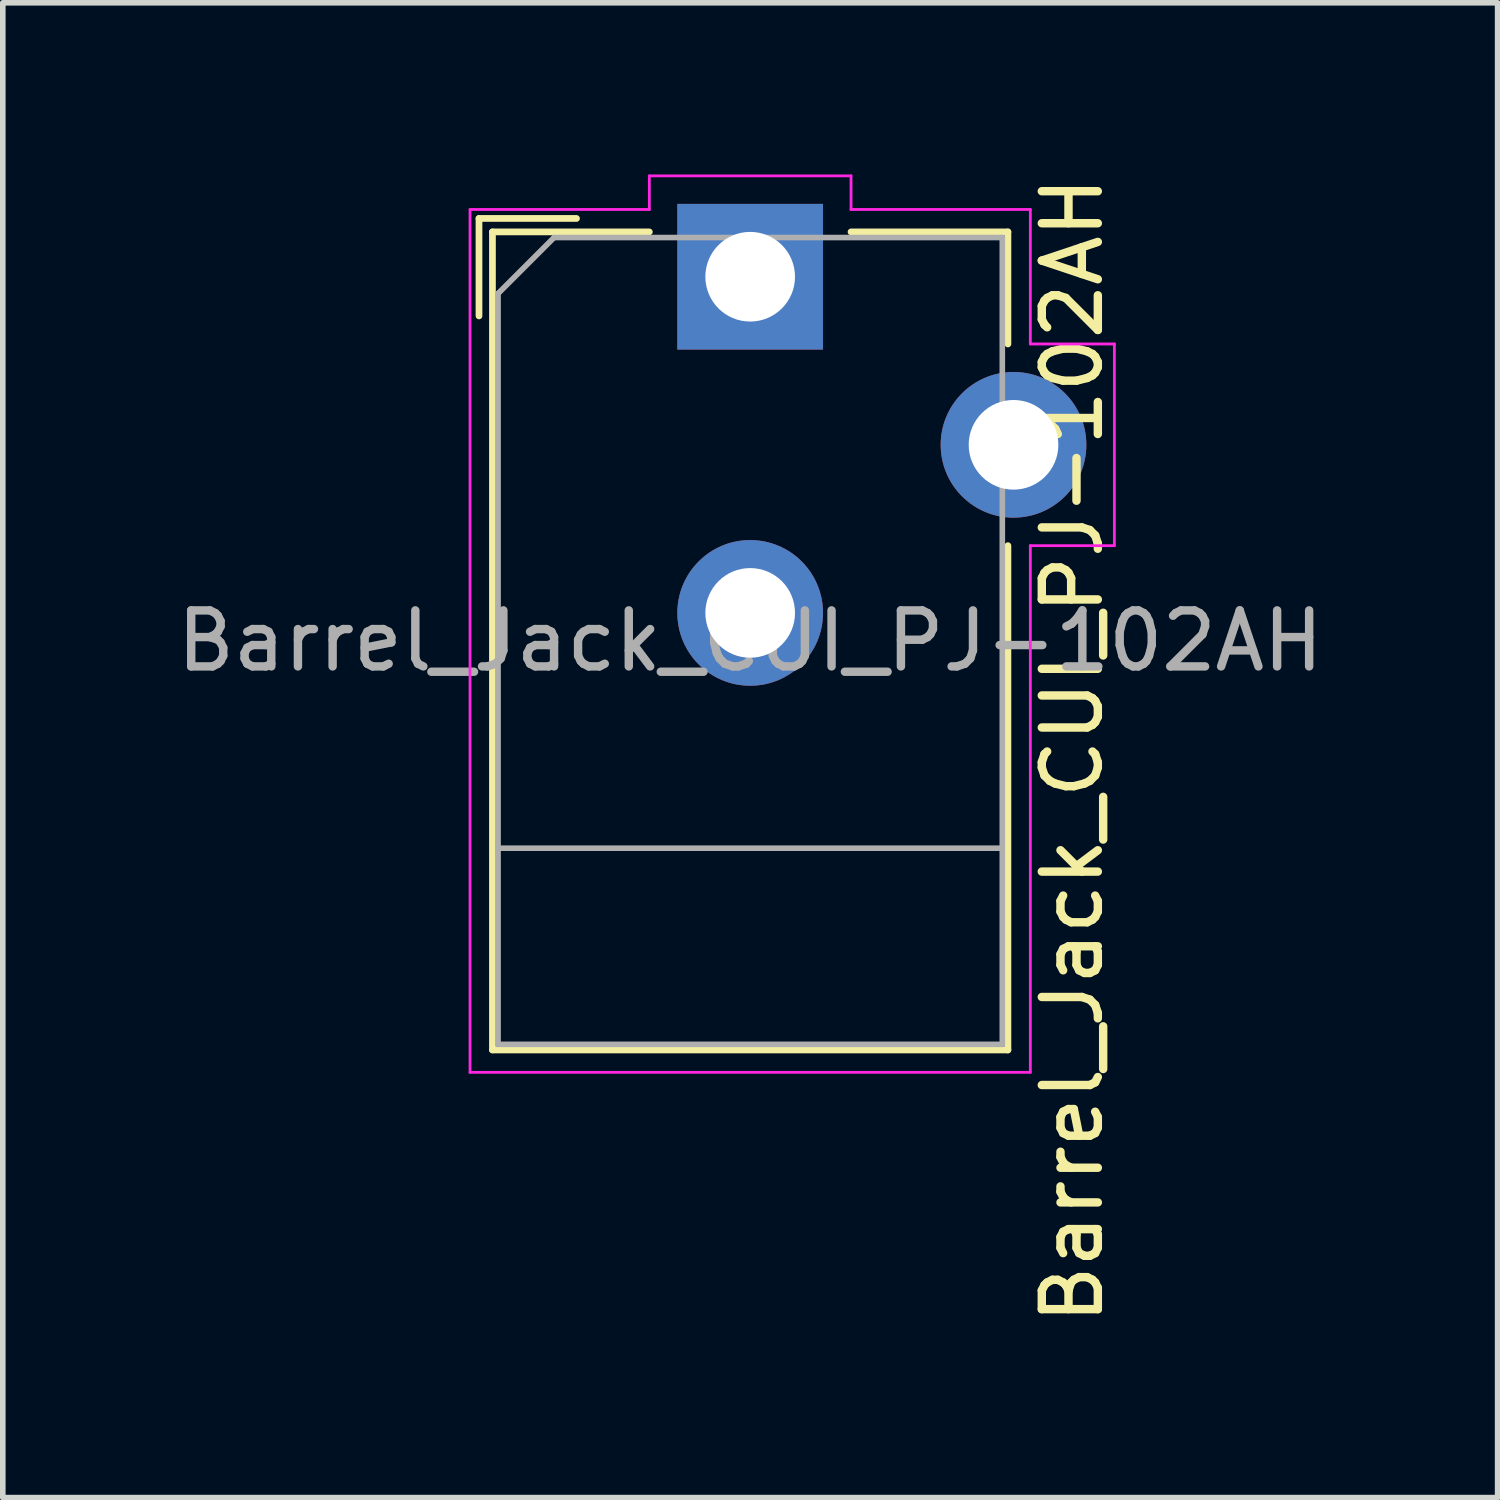
<source format=kicad_pcb>
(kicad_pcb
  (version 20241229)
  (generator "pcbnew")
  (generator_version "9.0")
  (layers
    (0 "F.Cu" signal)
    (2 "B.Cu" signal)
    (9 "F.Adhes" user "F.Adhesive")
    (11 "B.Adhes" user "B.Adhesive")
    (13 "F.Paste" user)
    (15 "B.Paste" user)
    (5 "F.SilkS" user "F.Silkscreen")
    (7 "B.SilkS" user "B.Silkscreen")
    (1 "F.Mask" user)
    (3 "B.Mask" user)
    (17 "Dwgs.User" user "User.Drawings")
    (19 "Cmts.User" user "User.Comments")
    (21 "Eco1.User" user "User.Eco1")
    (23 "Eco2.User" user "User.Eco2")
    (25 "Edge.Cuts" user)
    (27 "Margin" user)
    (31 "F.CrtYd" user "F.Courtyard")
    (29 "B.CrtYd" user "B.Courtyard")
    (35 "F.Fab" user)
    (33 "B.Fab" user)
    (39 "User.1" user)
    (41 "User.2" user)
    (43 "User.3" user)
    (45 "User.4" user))
  (footprint "Barrel_Jack_CUI_PJ-102AH"
    (layer "F.Cu")
    (at 10.339 1.889)
    (property "Reference" "Barrel_Jack_CUI_PJ-102AH" (at 5.75 8.45 90) (layer "F.SilkS") (effects (font (size 1 1) (thickness 0.15))))
    (attr through_hole)
    (fp_line (start -4.84 -1.04) (end -3.1 -1.04) (stroke (width 0.12) (type solid)) (layer "F.SilkS"))
    (fp_line (start -4.84 0.7) (end -4.84 -1.04) (stroke (width 0.12) (type solid)) (layer "F.SilkS"))
    (fp_line (start -4.6 -0.8) (end -1.8 -0.8) (stroke (width 0.12) (type solid)) (layer "F.SilkS"))
    (fp_line (start -4.6 13.8) (end -4.6 -0.8) (stroke (width 0.12) (type solid)) (layer "F.SilkS"))
    (fp_line (start 1.8 -0.8) (end 4.6 -0.8) (stroke (width 0.12) (type solid)) (layer "F.SilkS"))
    (fp_line (start 4.6 -0.8) (end 4.6 1.2) (stroke (width 0.12) (type solid)) (layer "F.SilkS"))
    (fp_line (start 4.6 4.8) (end 4.6 13.8) (stroke (width 0.12) (type solid)) (layer "F.SilkS"))
    (fp_line (start 4.6 13.8) (end -4.6 13.8) (stroke (width 0.12) (type solid)) (layer "F.SilkS"))
    (fp_line (start -5 -1.2) (end -1.8 -1.2) (stroke (width 0.05) (type solid)) (layer "F.CrtYd"))
    (fp_line (start -5 14.2) (end -5 -1.2) (stroke (width 0.05) (type solid)) (layer "F.CrtYd"))
    (fp_line (start -1.8 -1.8) (end 1.8 -1.8) (stroke (width 0.05) (type solid)) (layer "F.CrtYd"))
    (fp_line (start -1.8 -1.2) (end -1.8 -1.8) (stroke (width 0.05) (type solid)) (layer "F.CrtYd"))
    (fp_line (start 1.8 -1.8) (end 1.8 -1.2) (stroke (width 0.05) (type solid)) (layer "F.CrtYd"))
    (fp_line (start 1.8 -1.2) (end 5 -1.2) (stroke (width 0.05) (type solid)) (layer "F.CrtYd"))
    (fp_line (start 5 -1.2) (end 5 1.2) (stroke (width 0.05) (type solid)) (layer "F.CrtYd"))
    (fp_line (start 5 1.2) (end 6.5 1.2) (stroke (width 0.05) (type solid)) (layer "F.CrtYd"))
    (fp_line (start 5 4.8) (end 5 14.2) (stroke (width 0.05) (type solid)) (layer "F.CrtYd"))
    (fp_line (start 5 14.2) (end -5 14.2) (stroke (width 0.05) (type solid)) (layer "F.CrtYd"))
    (fp_line (start 6.5 1.2) (end 6.5 4.8) (stroke (width 0.05) (type solid)) (layer "F.CrtYd"))
    (fp_line (start 6.5 4.8) (end 5 4.8) (stroke (width 0.05) (type solid)) (layer "F.CrtYd"))
    (fp_line (start -4.5 0.3) (end -3.5 -0.7) (stroke (width 0.1) (type solid)) (layer "F.Fab"))
    (fp_line (start -4.5 10.2) (end 4.5 10.2) (stroke (width 0.1) (type solid)) (layer "F.Fab"))
    (fp_line (start -4.5 13.7) (end -4.5 0.3) (stroke (width 0.1) (type solid)) (layer "F.Fab"))
    (fp_line (start -3.5 -0.7) (end 4.5 -0.7) (stroke (width 0.1) (type solid)) (layer "F.Fab"))
    (fp_line (start 4.5 -0.7) (end 4.5 13.7) (stroke (width 0.1) (type solid)) (layer "F.Fab"))
    (fp_line (start 4.5 13.7) (end -4.5 13.7) (stroke (width 0.1) (type solid)) (layer "F.Fab"))
    (fp_text user "${REFERENCE}" (at 0 6.5 0) (layer "F.Fab") (effects (font (size 1 1) (thickness 0.15))))
    (pad "1" thru_hole rect (at 0 0) (size 2.6 2.6) (drill 1.6) (layers "*.Cu" "*.Mask"))
    (pad "2" thru_hole circle (at 0 6) (size 2.6 2.6) (drill 1.6) (layers "*.Cu" "*.Mask"))
    (pad "3" thru_hole circle (at 4.7 3) (size 2.6 2.6) (drill 1.6) (layers "*.Cu" "*.Mask")))
  (gr_rect
    (start -3 -3)
    (end 23.679 23.679)
    (stroke (width 0.1) (type default))
    (fill no)
    (layer "Edge.Cuts")))
</source>
